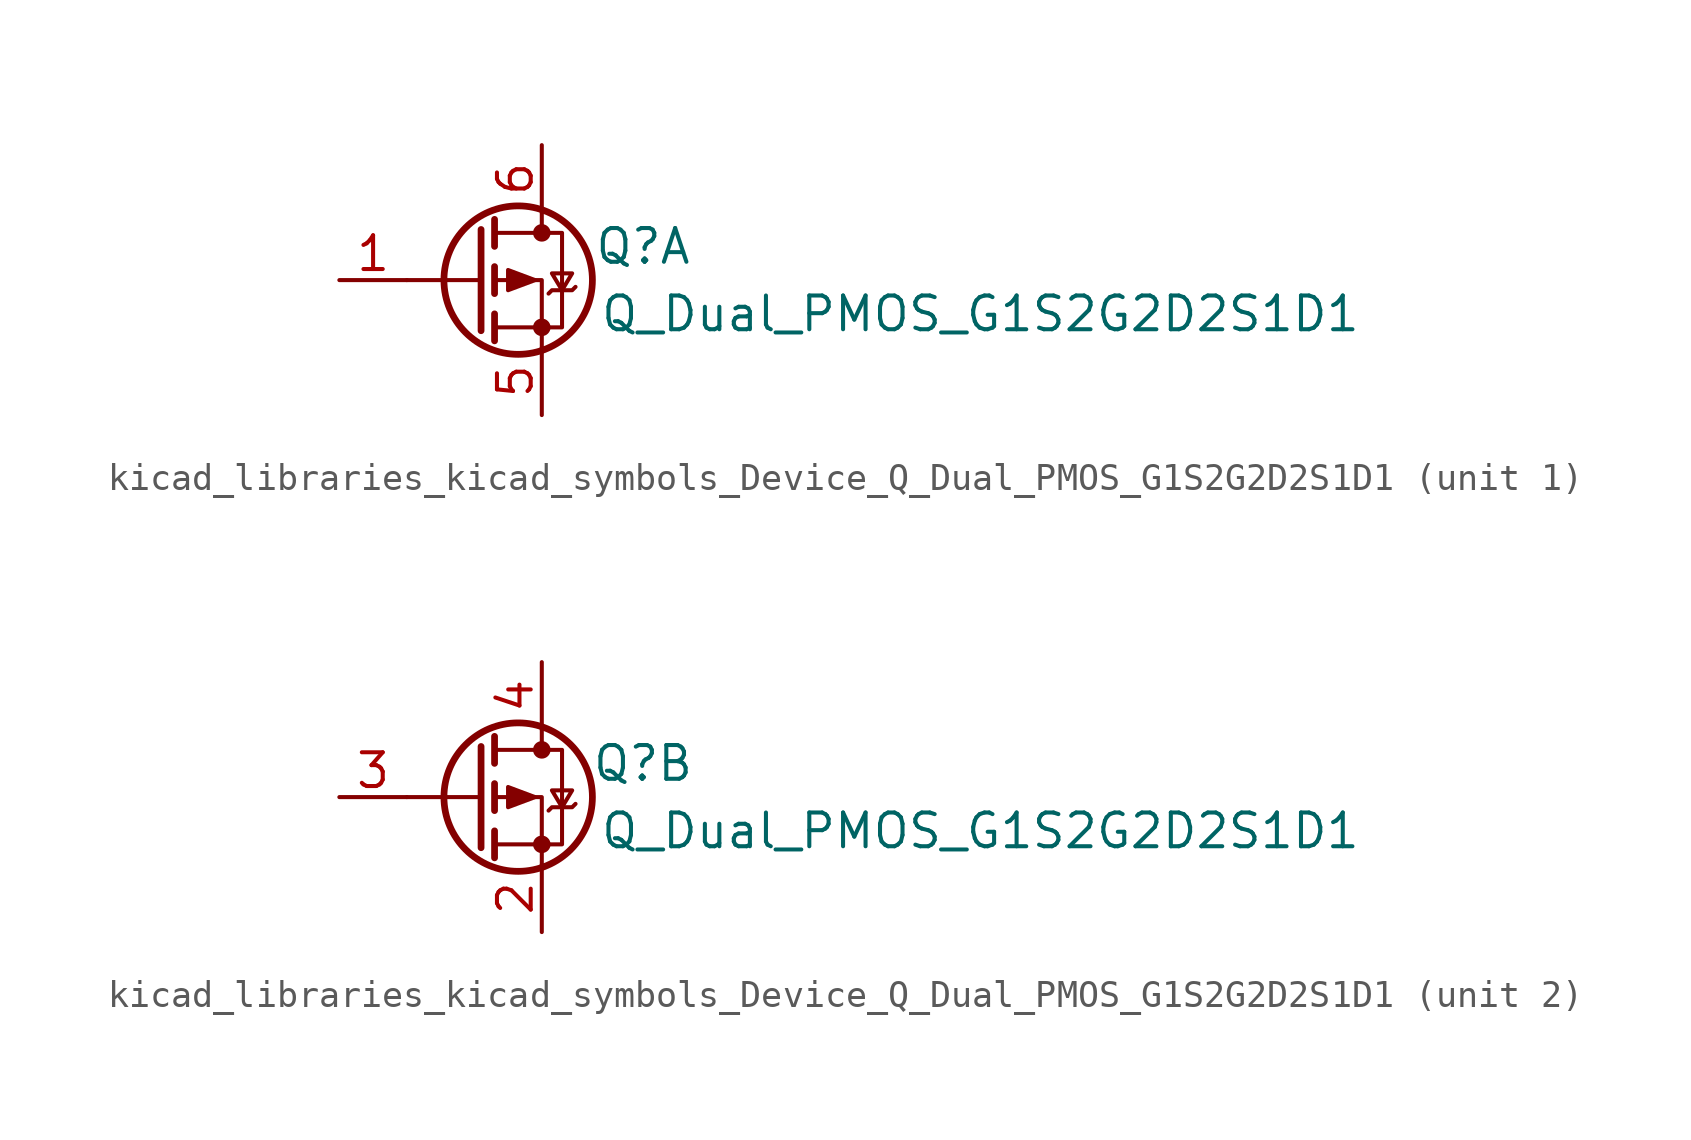
<source format=kicad_sym>
(kicad_symbol_lib
  (version 20220914)
  (generator kicad_symbol_editor)
  (symbol "kicad_libraries_kicad_symbols_Device_Q_Dual_PMOS_G1S2G2D2S1D1"
    (pin_names
      (offset 0) hide)
    (property "Reference" "Q"
      (at 6.35 1.27 0)
      (effects (font (size 1.27 1.27))))
    (property "Value" "Q_Dual_PMOS_G1S2G2D2S1D1"
      (at 19.05 -1.27 0)
      (effects (font (size 1.27 1.27))))
    (symbol "kicad_libraries_kicad_symbols_Device_Q_Dual_PMOS_G1S2G2D2S1D1_0_1"
      (polyline (pts (xy 0.254 0) (xy -2.54 0)) (stroke (width 0) (type default)) (fill (type none)))
      (polyline (pts (xy 0.254 1.905) (xy 0.254 -1.905)) (stroke (width 0.254) (type default)) (fill (type none)))
      (polyline (pts (xy 0.762 -1.27) (xy 0.762 -2.286)) (stroke (width 0.254) (type default)) (fill (type none)))
      (polyline (pts (xy 0.762 0.508) (xy 0.762 -0.508)) (stroke (width 0.254) (type default)) (fill (type none)))
      (polyline (pts (xy 0.762 2.286) (xy 0.762 1.27)) (stroke (width 0.254) (type default)) (fill (type none)))
      (polyline (pts (xy 2.54 2.54) (xy 2.54 1.778)) (stroke (width 0) (type default)) (fill (type none)))
      (polyline (pts (xy 2.54 -2.54) (xy 2.54 0) (xy 0.762 0)) (stroke (width 0) (type default)) (fill (type none)))
      (polyline (pts (xy 0.762 1.778) (xy 3.302 1.778) (xy 3.302 -1.778) (xy 0.762 -1.778)) (stroke (width 0) (type default)) (fill (type none)))
      (polyline (pts (xy 2.286 0) (xy 1.27 0.381) (xy 1.27 -0.381) (xy 2.286 0)) (stroke (width 0) (type default)) (fill (type outline)))
      (polyline (pts (xy 2.794 -0.508) (xy 2.921 -0.381) (xy 3.683 -0.381) (xy 3.81 -0.254)) (stroke (width 0) (type default)) (fill (type none)))
      (polyline (pts (xy 3.302 -0.381) (xy 2.921 0.254) (xy 3.683 0.254) (xy 3.302 -0.381)) (stroke (width 0) (type default)) (fill (type none)))
      (circle (center 1.651 0) (radius 2.794) (stroke (width 0.254) (type default)) (fill (type none)))
      (circle (center 2.54 -1.778) (radius 0.254) (stroke (width 0) (type default)) (fill (type outline)))
      (circle (center 2.54 1.778) (radius 0.254) (stroke (width 0) (type default)) (fill (type outline))))
    (symbol "kicad_libraries_kicad_symbols_Device_Q_Dual_PMOS_G1S2G2D2S1D1_1_1"
      (pin input line (at -5.08 0 0) (length 2.54) (name "G" (effects (font (size 1.27 1.27)))) (number "1" (effects (font (size 1.27 1.27)))))
      (pin passive line (at 2.54 -5.08 90) (length 2.54) (name "S" (effects (font (size 1.27 1.27)))) (number "5" (effects (font (size 1.27 1.27)))))
      (pin passive line (at 2.54 5.08 270) (length 2.54) (name "D" (effects (font (size 1.27 1.27)))) (number "6" (effects (font (size 1.27 1.27))))))
    (symbol "kicad_libraries_kicad_symbols_Device_Q_Dual_PMOS_G1S2G2D2S1D1_2_1"
      (pin passive line (at 2.54 -5.08 90) (length 2.54) (name "S" (effects (font (size 1.27 1.27)))) (number "2" (effects (font (size 1.27 1.27)))))
      (pin input line (at -5.08 0 0) (length 2.54) (name "G" (effects (font (size 1.27 1.27)))) (number "3" (effects (font (size 1.27 1.27)))))
      (pin passive line (at 2.54 5.08 270) (length 2.54) (name "D" (effects (font (size 1.27 1.27)))) (number "4" (effects (font (size 1.27 1.27))))))))
</source>
